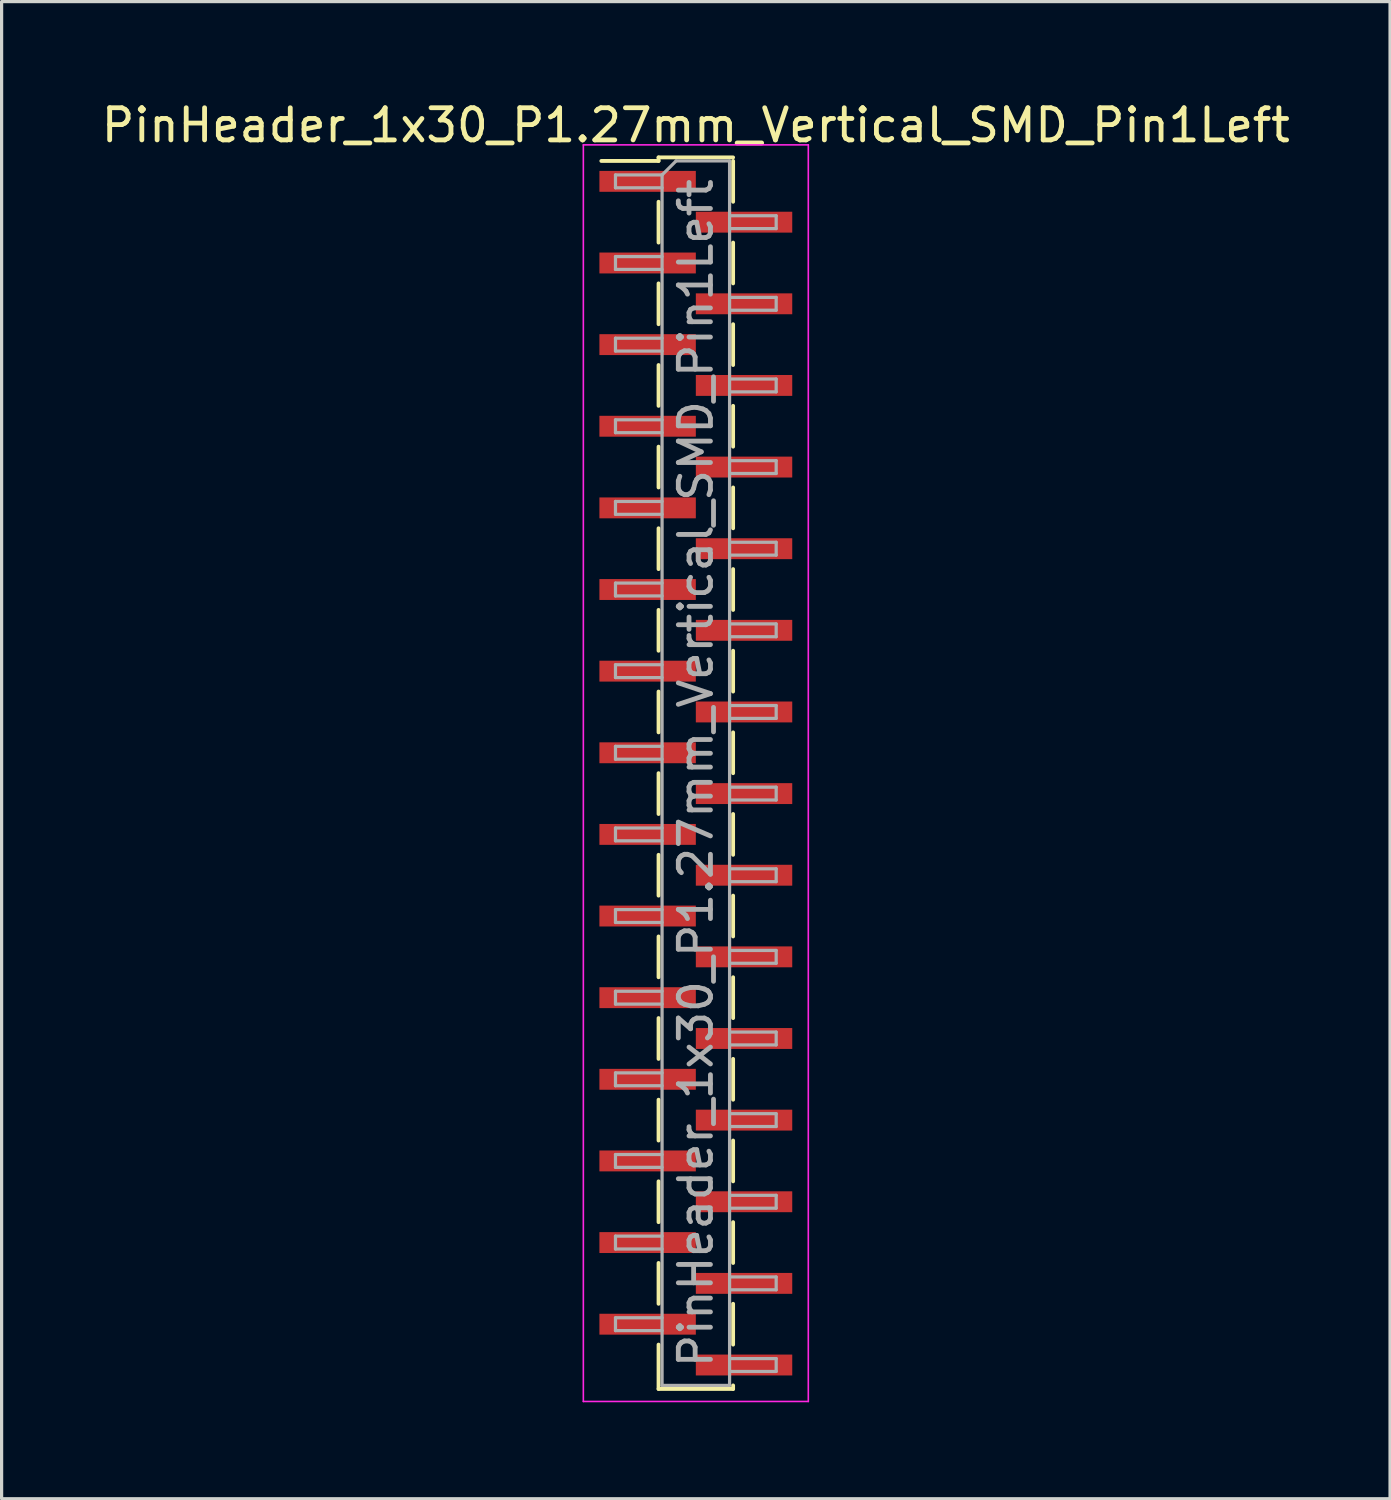
<source format=kicad_pcb>
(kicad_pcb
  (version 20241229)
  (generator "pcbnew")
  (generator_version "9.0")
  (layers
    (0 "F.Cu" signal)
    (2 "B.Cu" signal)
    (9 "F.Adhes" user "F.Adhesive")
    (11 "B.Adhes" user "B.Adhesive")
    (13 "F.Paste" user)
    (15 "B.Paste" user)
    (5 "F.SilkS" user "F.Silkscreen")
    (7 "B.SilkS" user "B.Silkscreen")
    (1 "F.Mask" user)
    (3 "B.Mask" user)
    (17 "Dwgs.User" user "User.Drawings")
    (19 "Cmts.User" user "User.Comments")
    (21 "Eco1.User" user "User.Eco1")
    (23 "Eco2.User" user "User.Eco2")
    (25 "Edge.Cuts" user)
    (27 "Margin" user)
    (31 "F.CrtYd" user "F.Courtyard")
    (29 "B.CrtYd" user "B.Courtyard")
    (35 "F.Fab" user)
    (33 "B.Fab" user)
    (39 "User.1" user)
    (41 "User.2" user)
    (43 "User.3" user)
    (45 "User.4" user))
  (footprint "PinHeader_1x30_P1.27mm_Vertical_SMD_Pin1Left"
    (layer "F.Cu")
    (at 18.601 21.008)
    (property "Reference" "PinHeader_1x30_P1.27mm_Vertical_SMD_Pin1Left" (at 0 -20.16 0) (layer "F.SilkS") (effects (font (size 1 1) (thickness 0.15))))
    (attr smd)
    (fp_line (start -1.16 -19.16) (end -1.16 -19.05) (stroke (width 0.12) (type solid)) (layer "F.SilkS"))
    (fp_line (start -1.16 -19.16) (end 1.16 -19.16) (stroke (width 0.12) (type solid)) (layer "F.SilkS"))
    (fp_line (start -1.16 -19.05) (end -2.94 -19.05) (stroke (width 0.12) (type solid)) (layer "F.SilkS"))
    (fp_line (start -1.16 -17.78) (end -1.16 -16.51) (stroke (width 0.12) (type solid)) (layer "F.SilkS"))
    (fp_line (start -1.16 -15.24) (end -1.16 -13.97) (stroke (width 0.12) (type solid)) (layer "F.SilkS"))
    (fp_line (start -1.16 -12.7) (end -1.16 -11.43) (stroke (width 0.12) (type solid)) (layer "F.SilkS"))
    (fp_line (start -1.16 -10.16) (end -1.16 -8.89) (stroke (width 0.12) (type solid)) (layer "F.SilkS"))
    (fp_line (start -1.16 -7.62) (end -1.16 -6.35) (stroke (width 0.12) (type solid)) (layer "F.SilkS"))
    (fp_line (start -1.16 -5.08) (end -1.16 -3.81) (stroke (width 0.12) (type solid)) (layer "F.SilkS"))
    (fp_line (start -1.16 -2.54) (end -1.16 -1.27) (stroke (width 0.12) (type solid)) (layer "F.SilkS"))
    (fp_line (start -1.16 0) (end -1.16 1.27) (stroke (width 0.12) (type solid)) (layer "F.SilkS"))
    (fp_line (start -1.16 2.54) (end -1.16 3.81) (stroke (width 0.12) (type solid)) (layer "F.SilkS"))
    (fp_line (start -1.16 5.08) (end -1.16 6.35) (stroke (width 0.12) (type solid)) (layer "F.SilkS"))
    (fp_line (start -1.16 7.62) (end -1.16 8.89) (stroke (width 0.12) (type solid)) (layer "F.SilkS"))
    (fp_line (start -1.16 10.16) (end -1.16 11.43) (stroke (width 0.12) (type solid)) (layer "F.SilkS"))
    (fp_line (start -1.16 12.7) (end -1.16 13.97) (stroke (width 0.12) (type solid)) (layer "F.SilkS"))
    (fp_line (start -1.16 15.24) (end -1.16 16.51) (stroke (width 0.12) (type solid)) (layer "F.SilkS"))
    (fp_line (start -1.16 17.78) (end -1.16 19.16) (stroke (width 0.12) (type solid)) (layer "F.SilkS"))
    (fp_line (start -1.16 19.16) (end 1.16 19.16) (stroke (width 0.12) (type solid)) (layer "F.SilkS"))
    (fp_line (start 1.16 -19.05) (end 1.16 -17.78) (stroke (width 0.12) (type solid)) (layer "F.SilkS"))
    (fp_line (start 1.16 -16.51) (end 1.16 -15.24) (stroke (width 0.12) (type solid)) (layer "F.SilkS"))
    (fp_line (start 1.16 -13.97) (end 1.16 -12.7) (stroke (width 0.12) (type solid)) (layer "F.SilkS"))
    (fp_line (start 1.16 -11.43) (end 1.16 -10.16) (stroke (width 0.12) (type solid)) (layer "F.SilkS"))
    (fp_line (start 1.16 -8.89) (end 1.16 -7.62) (stroke (width 0.12) (type solid)) (layer "F.SilkS"))
    (fp_line (start 1.16 -6.35) (end 1.16 -5.08) (stroke (width 0.12) (type solid)) (layer "F.SilkS"))
    (fp_line (start 1.16 -3.81) (end 1.16 -2.54) (stroke (width 0.12) (type solid)) (layer "F.SilkS"))
    (fp_line (start 1.16 -1.27) (end 1.16 0) (stroke (width 0.12) (type solid)) (layer "F.SilkS"))
    (fp_line (start 1.16 1.27) (end 1.16 2.54) (stroke (width 0.12) (type solid)) (layer "F.SilkS"))
    (fp_line (start 1.16 3.81) (end 1.16 5.08) (stroke (width 0.12) (type solid)) (layer "F.SilkS"))
    (fp_line (start 1.16 6.35) (end 1.16 7.62) (stroke (width 0.12) (type solid)) (layer "F.SilkS"))
    (fp_line (start 1.16 8.89) (end 1.16 10.16) (stroke (width 0.12) (type solid)) (layer "F.SilkS"))
    (fp_line (start 1.16 11.43) (end 1.16 12.7) (stroke (width 0.12) (type solid)) (layer "F.SilkS"))
    (fp_line (start 1.16 13.97) (end 1.16 15.24) (stroke (width 0.12) (type solid)) (layer "F.SilkS"))
    (fp_line (start 1.16 16.51) (end 1.16 17.78) (stroke (width 0.12) (type solid)) (layer "F.SilkS"))
    (fp_line (start 1.16 19.05) (end 1.16 19.16) (stroke (width 0.12) (type solid)) (layer "F.SilkS"))
    (fp_line (start -3.5 -19.55) (end -3.5 19.55) (stroke (width 0.05) (type solid)) (layer "F.CrtYd"))
    (fp_line (start -3.5 19.55) (end 3.5 19.55) (stroke (width 0.05) (type solid)) (layer "F.CrtYd"))
    (fp_line (start 3.5 -19.55) (end -3.5 -19.55) (stroke (width 0.05) (type solid)) (layer "F.CrtYd"))
    (fp_line (start 3.5 19.55) (end 3.5 -19.55) (stroke (width 0.05) (type solid)) (layer "F.CrtYd"))
    (fp_line (start -2.5 -18.615) (end -2.5 -18.215) (stroke (width 0.1) (type solid)) (layer "F.Fab"))
    (fp_line (start -2.5 -18.215) (end -1.05 -18.215) (stroke (width 0.1) (type solid)) (layer "F.Fab"))
    (fp_line (start -2.5 -16.075) (end -2.5 -15.675) (stroke (width 0.1) (type solid)) (layer "F.Fab"))
    (fp_line (start -2.5 -15.675) (end -1.05 -15.675) (stroke (width 0.1) (type solid)) (layer "F.Fab"))
    (fp_line (start -2.5 -13.535) (end -2.5 -13.135) (stroke (width 0.1) (type solid)) (layer "F.Fab"))
    (fp_line (start -2.5 -13.135) (end -1.05 -13.135) (stroke (width 0.1) (type solid)) (layer "F.Fab"))
    (fp_line (start -2.5 -10.995) (end -2.5 -10.595) (stroke (width 0.1) (type solid)) (layer "F.Fab"))
    (fp_line (start -2.5 -10.595) (end -1.05 -10.595) (stroke (width 0.1) (type solid)) (layer "F.Fab"))
    (fp_line (start -2.5 -8.455) (end -2.5 -8.055) (stroke (width 0.1) (type solid)) (layer "F.Fab"))
    (fp_line (start -2.5 -8.055) (end -1.05 -8.055) (stroke (width 0.1) (type solid)) (layer "F.Fab"))
    (fp_line (start -2.5 -5.915) (end -2.5 -5.515) (stroke (width 0.1) (type solid)) (layer "F.Fab"))
    (fp_line (start -2.5 -5.515) (end -1.05 -5.515) (stroke (width 0.1) (type solid)) (layer "F.Fab"))
    (fp_line (start -2.5 -3.375) (end -2.5 -2.975) (stroke (width 0.1) (type solid)) (layer "F.Fab"))
    (fp_line (start -2.5 -2.975) (end -1.05 -2.975) (stroke (width 0.1) (type solid)) (layer "F.Fab"))
    (fp_line (start -2.5 -0.835) (end -2.5 -0.435) (stroke (width 0.1) (type solid)) (layer "F.Fab"))
    (fp_line (start -2.5 -0.435) (end -1.05 -0.435) (stroke (width 0.1) (type solid)) (layer "F.Fab"))
    (fp_line (start -2.5 1.705) (end -2.5 2.105) (stroke (width 0.1) (type solid)) (layer "F.Fab"))
    (fp_line (start -2.5 2.105) (end -1.05 2.105) (stroke (width 0.1) (type solid)) (layer "F.Fab"))
    (fp_line (start -2.5 4.245) (end -2.5 4.645) (stroke (width 0.1) (type solid)) (layer "F.Fab"))
    (fp_line (start -2.5 4.645) (end -1.05 4.645) (stroke (width 0.1) (type solid)) (layer "F.Fab"))
    (fp_line (start -2.5 6.785) (end -2.5 7.185) (stroke (width 0.1) (type solid)) (layer "F.Fab"))
    (fp_line (start -2.5 7.185) (end -1.05 7.185) (stroke (width 0.1) (type solid)) (layer "F.Fab"))
    (fp_line (start -2.5 9.325) (end -2.5 9.725) (stroke (width 0.1) (type solid)) (layer "F.Fab"))
    (fp_line (start -2.5 9.725) (end -1.05 9.725) (stroke (width 0.1) (type solid)) (layer "F.Fab"))
    (fp_line (start -2.5 11.865) (end -2.5 12.265) (stroke (width 0.1) (type solid)) (layer "F.Fab"))
    (fp_line (start -2.5 12.265) (end -1.05 12.265) (stroke (width 0.1) (type solid)) (layer "F.Fab"))
    (fp_line (start -2.5 14.405) (end -2.5 14.805) (stroke (width 0.1) (type solid)) (layer "F.Fab"))
    (fp_line (start -2.5 14.805) (end -1.05 14.805) (stroke (width 0.1) (type solid)) (layer "F.Fab"))
    (fp_line (start -2.5 16.945) (end -2.5 17.345) (stroke (width 0.1) (type solid)) (layer "F.Fab"))
    (fp_line (start -2.5 17.345) (end -1.05 17.345) (stroke (width 0.1) (type solid)) (layer "F.Fab"))
    (fp_line (start -1.05 -18.615) (end -2.5 -18.615) (stroke (width 0.1) (type solid)) (layer "F.Fab"))
    (fp_line (start -1.05 -18.615) (end -0.615 -19.05) (stroke (width 0.1) (type solid)) (layer "F.Fab"))
    (fp_line (start -1.05 -16.075) (end -2.5 -16.075) (stroke (width 0.1) (type solid)) (layer "F.Fab"))
    (fp_line (start -1.05 -13.535) (end -2.5 -13.535) (stroke (width 0.1) (type solid)) (layer "F.Fab"))
    (fp_line (start -1.05 -10.995) (end -2.5 -10.995) (stroke (width 0.1) (type solid)) (layer "F.Fab"))
    (fp_line (start -1.05 -8.455) (end -2.5 -8.455) (stroke (width 0.1) (type solid)) (layer "F.Fab"))
    (fp_line (start -1.05 -5.915) (end -2.5 -5.915) (stroke (width 0.1) (type solid)) (layer "F.Fab"))
    (fp_line (start -1.05 -3.375) (end -2.5 -3.375) (stroke (width 0.1) (type solid)) (layer "F.Fab"))
    (fp_line (start -1.05 -0.835) (end -2.5 -0.835) (stroke (width 0.1) (type solid)) (layer "F.Fab"))
    (fp_line (start -1.05 1.705) (end -2.5 1.705) (stroke (width 0.1) (type solid)) (layer "F.Fab"))
    (fp_line (start -1.05 4.245) (end -2.5 4.245) (stroke (width 0.1) (type solid)) (layer "F.Fab"))
    (fp_line (start -1.05 6.785) (end -2.5 6.785) (stroke (width 0.1) (type solid)) (layer "F.Fab"))
    (fp_line (start -1.05 9.325) (end -2.5 9.325) (stroke (width 0.1) (type solid)) (layer "F.Fab"))
    (fp_line (start -1.05 11.865) (end -2.5 11.865) (stroke (width 0.1) (type solid)) (layer "F.Fab"))
    (fp_line (start -1.05 14.405) (end -2.5 14.405) (stroke (width 0.1) (type solid)) (layer "F.Fab"))
    (fp_line (start -1.05 16.945) (end -2.5 16.945) (stroke (width 0.1) (type solid)) (layer "F.Fab"))
    (fp_line (start -1.05 19.05) (end -1.05 -18.615) (stroke (width 0.1) (type solid)) (layer "F.Fab"))
    (fp_line (start -0.615 -19.05) (end 1.05 -19.05) (stroke (width 0.1) (type solid)) (layer "F.Fab"))
    (fp_line (start 1.05 -19.05) (end 1.05 19.05) (stroke (width 0.1) (type solid)) (layer "F.Fab"))
    (fp_line (start 1.05 -17.345) (end 2.5 -17.345) (stroke (width 0.1) (type solid)) (layer "F.Fab"))
    (fp_line (start 1.05 -14.805) (end 2.5 -14.805) (stroke (width 0.1) (type solid)) (layer "F.Fab"))
    (fp_line (start 1.05 -12.265) (end 2.5 -12.265) (stroke (width 0.1) (type solid)) (layer "F.Fab"))
    (fp_line (start 1.05 -9.725) (end 2.5 -9.725) (stroke (width 0.1) (type solid)) (layer "F.Fab"))
    (fp_line (start 1.05 -7.185) (end 2.5 -7.185) (stroke (width 0.1) (type solid)) (layer "F.Fab"))
    (fp_line (start 1.05 -4.645) (end 2.5 -4.645) (stroke (width 0.1) (type solid)) (layer "F.Fab"))
    (fp_line (start 1.05 -2.105) (end 2.5 -2.105) (stroke (width 0.1) (type solid)) (layer "F.Fab"))
    (fp_line (start 1.05 0.435) (end 2.5 0.435) (stroke (width 0.1) (type solid)) (layer "F.Fab"))
    (fp_line (start 1.05 2.975) (end 2.5 2.975) (stroke (width 0.1) (type solid)) (layer "F.Fab"))
    (fp_line (start 1.05 5.515) (end 2.5 5.515) (stroke (width 0.1) (type solid)) (layer "F.Fab"))
    (fp_line (start 1.05 8.055) (end 2.5 8.055) (stroke (width 0.1) (type solid)) (layer "F.Fab"))
    (fp_line (start 1.05 10.595) (end 2.5 10.595) (stroke (width 0.1) (type solid)) (layer "F.Fab"))
    (fp_line (start 1.05 13.135) (end 2.5 13.135) (stroke (width 0.1) (type solid)) (layer "F.Fab"))
    (fp_line (start 1.05 15.675) (end 2.5 15.675) (stroke (width 0.1) (type solid)) (layer "F.Fab"))
    (fp_line (start 1.05 18.215) (end 2.5 18.215) (stroke (width 0.1) (type solid)) (layer "F.Fab"))
    (fp_line (start 1.05 19.05) (end -1.05 19.05) (stroke (width 0.1) (type solid)) (layer "F.Fab"))
    (fp_line (start 2.5 -17.345) (end 2.5 -16.945) (stroke (width 0.1) (type solid)) (layer "F.Fab"))
    (fp_line (start 2.5 -16.945) (end 1.05 -16.945) (stroke (width 0.1) (type solid)) (layer "F.Fab"))
    (fp_line (start 2.5 -14.805) (end 2.5 -14.405) (stroke (width 0.1) (type solid)) (layer "F.Fab"))
    (fp_line (start 2.5 -14.405) (end 1.05 -14.405) (stroke (width 0.1) (type solid)) (layer "F.Fab"))
    (fp_line (start 2.5 -12.265) (end 2.5 -11.865) (stroke (width 0.1) (type solid)) (layer "F.Fab"))
    (fp_line (start 2.5 -11.865) (end 1.05 -11.865) (stroke (width 0.1) (type solid)) (layer "F.Fab"))
    (fp_line (start 2.5 -9.725) (end 2.5 -9.325) (stroke (width 0.1) (type solid)) (layer "F.Fab"))
    (fp_line (start 2.5 -9.325) (end 1.05 -9.325) (stroke (width 0.1) (type solid)) (layer "F.Fab"))
    (fp_line (start 2.5 -7.185) (end 2.5 -6.785) (stroke (width 0.1) (type solid)) (layer "F.Fab"))
    (fp_line (start 2.5 -6.785) (end 1.05 -6.785) (stroke (width 0.1) (type solid)) (layer "F.Fab"))
    (fp_line (start 2.5 -4.645) (end 2.5 -4.245) (stroke (width 0.1) (type solid)) (layer "F.Fab"))
    (fp_line (start 2.5 -4.245) (end 1.05 -4.245) (stroke (width 0.1) (type solid)) (layer "F.Fab"))
    (fp_line (start 2.5 -2.105) (end 2.5 -1.705) (stroke (width 0.1) (type solid)) (layer "F.Fab"))
    (fp_line (start 2.5 -1.705) (end 1.05 -1.705) (stroke (width 0.1) (type solid)) (layer "F.Fab"))
    (fp_line (start 2.5 0.435) (end 2.5 0.835) (stroke (width 0.1) (type solid)) (layer "F.Fab"))
    (fp_line (start 2.5 0.835) (end 1.05 0.835) (stroke (width 0.1) (type solid)) (layer "F.Fab"))
    (fp_line (start 2.5 2.975) (end 2.5 3.375) (stroke (width 0.1) (type solid)) (layer "F.Fab"))
    (fp_line (start 2.5 3.375) (end 1.05 3.375) (stroke (width 0.1) (type solid)) (layer "F.Fab"))
    (fp_line (start 2.5 5.515) (end 2.5 5.915) (stroke (width 0.1) (type solid)) (layer "F.Fab"))
    (fp_line (start 2.5 5.915) (end 1.05 5.915) (stroke (width 0.1) (type solid)) (layer "F.Fab"))
    (fp_line (start 2.5 8.055) (end 2.5 8.455) (stroke (width 0.1) (type solid)) (layer "F.Fab"))
    (fp_line (start 2.5 8.455) (end 1.05 8.455) (stroke (width 0.1) (type solid)) (layer "F.Fab"))
    (fp_line (start 2.5 10.595) (end 2.5 10.995) (stroke (width 0.1) (type solid)) (layer "F.Fab"))
    (fp_line (start 2.5 10.995) (end 1.05 10.995) (stroke (width 0.1) (type solid)) (layer "F.Fab"))
    (fp_line (start 2.5 13.135) (end 2.5 13.535) (stroke (width 0.1) (type solid)) (layer "F.Fab"))
    (fp_line (start 2.5 13.535) (end 1.05 13.535) (stroke (width 0.1) (type solid)) (layer "F.Fab"))
    (fp_line (start 2.5 15.675) (end 2.5 16.075) (stroke (width 0.1) (type solid)) (layer "F.Fab"))
    (fp_line (start 2.5 16.075) (end 1.05 16.075) (stroke (width 0.1) (type solid)) (layer "F.Fab"))
    (fp_line (start 2.5 18.215) (end 2.5 18.615) (stroke (width 0.1) (type solid)) (layer "F.Fab"))
    (fp_line (start 2.5 18.615) (end 1.05 18.615) (stroke (width 0.1) (type solid)) (layer "F.Fab"))
    (fp_text user "${REFERENCE}" (at 0 0 90) (layer "F.Fab") (effects (font (size 1 1) (thickness 0.15))))
    (pad "1" smd rect (at -1.5 -18.415) (size 3 0.65) (layers "F.Cu" "F.Mask" "F.Paste"))
    (pad "2" smd rect (at 1.5 -17.145) (size 3 0.65) (layers "F.Cu" "F.Mask" "F.Paste"))
    (pad "3" smd rect (at -1.5 -15.875) (size 3 0.65) (layers "F.Cu" "F.Mask" "F.Paste"))
    (pad "4" smd rect (at 1.5 -14.605) (size 3 0.65) (layers "F.Cu" "F.Mask" "F.Paste"))
    (pad "5" smd rect (at -1.5 -13.335) (size 3 0.65) (layers "F.Cu" "F.Mask" "F.Paste"))
    (pad "6" smd rect (at 1.5 -12.065) (size 3 0.65) (layers "F.Cu" "F.Mask" "F.Paste"))
    (pad "7" smd rect (at -1.5 -10.795) (size 3 0.65) (layers "F.Cu" "F.Mask" "F.Paste"))
    (pad "8" smd rect (at 1.5 -9.525) (size 3 0.65) (layers "F.Cu" "F.Mask" "F.Paste"))
    (pad "9" smd rect (at -1.5 -8.255) (size 3 0.65) (layers "F.Cu" "F.Mask" "F.Paste"))
    (pad "10" smd rect (at 1.5 -6.985) (size 3 0.65) (layers "F.Cu" "F.Mask" "F.Paste"))
    (pad "11" smd rect (at -1.5 -5.715) (size 3 0.65) (layers "F.Cu" "F.Mask" "F.Paste"))
    (pad "12" smd rect (at 1.5 -4.445) (size 3 0.65) (layers "F.Cu" "F.Mask" "F.Paste"))
    (pad "13" smd rect (at -1.5 -3.175) (size 3 0.65) (layers "F.Cu" "F.Mask" "F.Paste"))
    (pad "14" smd rect (at 1.5 -1.905) (size 3 0.65) (layers "F.Cu" "F.Mask" "F.Paste"))
    (pad "15" smd rect (at -1.5 -0.635) (size 3 0.65) (layers "F.Cu" "F.Mask" "F.Paste"))
    (pad "16" smd rect (at 1.5 0.635) (size 3 0.65) (layers "F.Cu" "F.Mask" "F.Paste"))
    (pad "17" smd rect (at -1.5 1.905) (size 3 0.65) (layers "F.Cu" "F.Mask" "F.Paste"))
    (pad "18" smd rect (at 1.5 3.175) (size 3 0.65) (layers "F.Cu" "F.Mask" "F.Paste"))
    (pad "19" smd rect (at -1.5 4.445) (size 3 0.65) (layers "F.Cu" "F.Mask" "F.Paste"))
    (pad "20" smd rect (at 1.5 5.715) (size 3 0.65) (layers "F.Cu" "F.Mask" "F.Paste"))
    (pad "21" smd rect (at -1.5 6.985) (size 3 0.65) (layers "F.Cu" "F.Mask" "F.Paste"))
    (pad "22" smd rect (at 1.5 8.255) (size 3 0.65) (layers "F.Cu" "F.Mask" "F.Paste"))
    (pad "23" smd rect (at -1.5 9.525) (size 3 0.65) (layers "F.Cu" "F.Mask" "F.Paste"))
    (pad "24" smd rect (at 1.5 10.795) (size 3 0.65) (layers "F.Cu" "F.Mask" "F.Paste"))
    (pad "25" smd rect (at -1.5 12.065) (size 3 0.65) (layers "F.Cu" "F.Mask" "F.Paste"))
    (pad "26" smd rect (at 1.5 13.335) (size 3 0.65) (layers "F.Cu" "F.Mask" "F.Paste"))
    (pad "27" smd rect (at -1.5 14.605) (size 3 0.65) (layers "F.Cu" "F.Mask" "F.Paste"))
    (pad "28" smd rect (at 1.5 15.875) (size 3 0.65) (layers "F.Cu" "F.Mask" "F.Paste"))
    (pad "29" smd rect (at -1.5 17.145) (size 3 0.65) (layers "F.Cu" "F.Mask" "F.Paste"))
    (pad "30" smd rect (at 1.5 18.415) (size 3 0.65) (layers "F.Cu" "F.Mask" "F.Paste")))
  (gr_rect
    (start -3 -3)
    (end 40.202 43.583)
    (stroke (width 0.1) (type default))
    (fill no)
    (layer "Edge.Cuts")))
</source>
